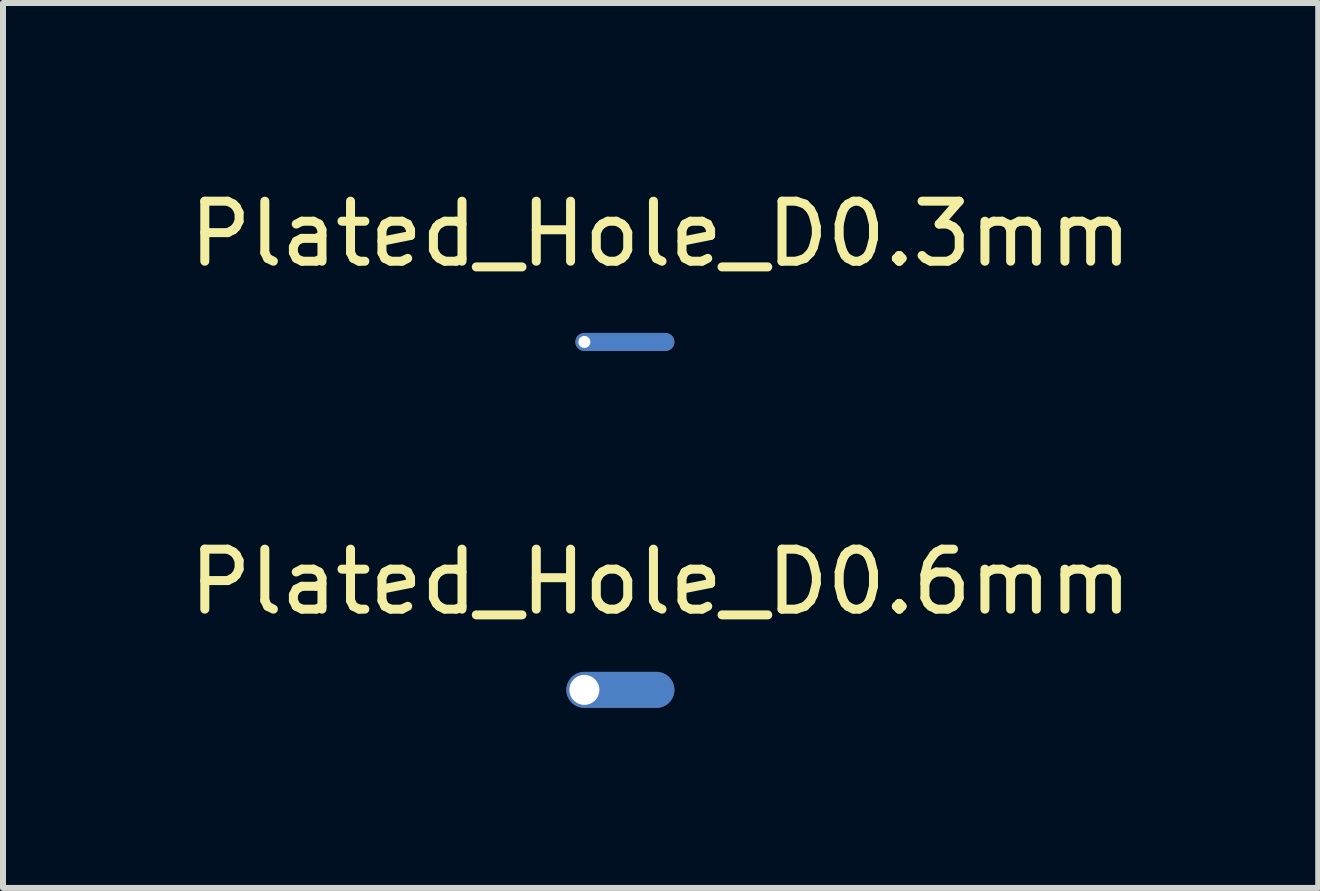
<source format=kicad_pcb>
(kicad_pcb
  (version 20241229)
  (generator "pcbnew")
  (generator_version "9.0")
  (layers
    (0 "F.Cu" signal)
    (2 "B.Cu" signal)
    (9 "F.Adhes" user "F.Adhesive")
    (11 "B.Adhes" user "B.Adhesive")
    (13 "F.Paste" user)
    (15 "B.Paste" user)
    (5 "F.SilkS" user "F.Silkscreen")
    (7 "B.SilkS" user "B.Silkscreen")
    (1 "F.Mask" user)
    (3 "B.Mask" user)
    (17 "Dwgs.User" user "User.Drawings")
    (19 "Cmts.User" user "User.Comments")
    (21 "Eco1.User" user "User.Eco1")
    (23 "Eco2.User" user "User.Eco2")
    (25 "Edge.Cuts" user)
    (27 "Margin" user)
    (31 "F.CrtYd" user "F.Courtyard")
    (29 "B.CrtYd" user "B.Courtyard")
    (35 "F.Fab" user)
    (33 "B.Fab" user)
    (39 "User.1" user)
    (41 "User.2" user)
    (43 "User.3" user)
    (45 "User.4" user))
  (footprint "Plated_Hole_D0.6mm"
    (layer "F.Cu")
    (at 7.958 6.146)
    (property "Reference" "Plated_Hole_D0.6mm" (at 0 0.5 0) (layer "F.SilkS") (effects (font (size 1 1) (thickness 0.15))))
    (attr through_hole)
    (pad "1" thru_hole oval (at -1.27 2.3) (size 1.8 0.6) (drill 0.5 (offset 0.6 0)) (layers "*.Cu" "*.Mask")))
  (footprint "Plated_Hole_D0.3mm"
    (layer "F.Cu")
    (at 7.958 0.348)
    (property "Reference" "Plated_Hole_D0.3mm" (at 0 0.5 0) (layer "F.SilkS") (effects (font (size 1 1) (thickness 0.15))))
    (attr through_hole)
    (pad "1" thru_hole oval (at -1.27 2.3) (size 1.65 0.3) (drill 0.2 (offset 0.675 0)) (layers "*.Cu" "*.Mask")))
  (gr_rect
    (start -3 -3)
    (end 18.917 11.746)
    (stroke (width 0.1) (type default))
    (fill no)
    (layer "Edge.Cuts")))
</source>
